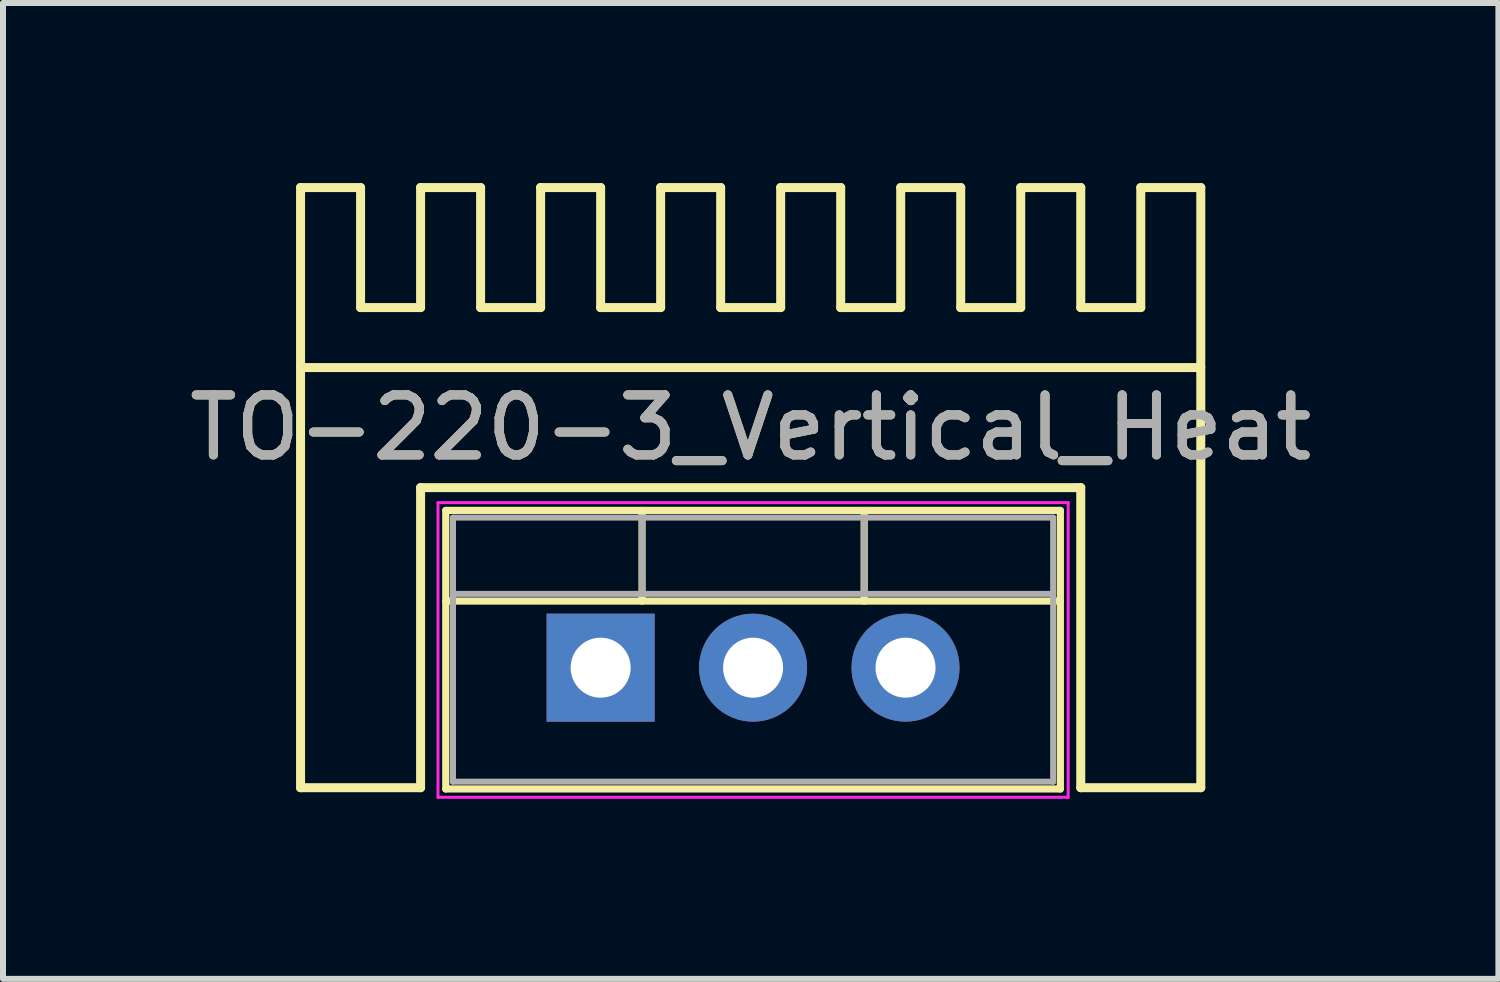
<source format=kicad_pcb>
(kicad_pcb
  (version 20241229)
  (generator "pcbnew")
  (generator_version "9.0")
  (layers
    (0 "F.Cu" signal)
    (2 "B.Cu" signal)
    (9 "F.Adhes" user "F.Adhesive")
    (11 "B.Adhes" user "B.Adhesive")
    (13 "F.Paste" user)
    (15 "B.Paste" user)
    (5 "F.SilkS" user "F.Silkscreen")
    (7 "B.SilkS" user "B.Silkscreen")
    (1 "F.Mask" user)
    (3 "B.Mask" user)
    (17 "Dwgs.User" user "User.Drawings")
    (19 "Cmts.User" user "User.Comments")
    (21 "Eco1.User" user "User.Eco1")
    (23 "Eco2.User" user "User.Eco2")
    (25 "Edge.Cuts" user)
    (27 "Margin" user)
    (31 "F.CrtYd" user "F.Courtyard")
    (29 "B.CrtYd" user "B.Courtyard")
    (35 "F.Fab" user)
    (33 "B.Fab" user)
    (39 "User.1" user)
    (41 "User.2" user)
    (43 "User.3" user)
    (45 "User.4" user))
  (footprint "TO-220-3_Vertical_Heat"
    (layer "F.Cu")
    (at 6.958 8.075)
    (property "Reference" "TO-220-3_Vertical_Heat" (at 2.5 -4 0) (layer "F.SilkS") (effects (font (size 1 1) (thickness 0.15))))
    (attr through_hole)
    (fp_line (start -5 -8) (end -4 -8) (stroke (width 0.15) (type solid)) (layer "F.SilkS"))
    (fp_line (start -5 -5) (end 10 -5) (stroke (width 0.15) (type solid)) (layer "F.SilkS"))
    (fp_line (start -5 2) (end -5 -8) (stroke (width 0.15) (type solid)) (layer "F.SilkS"))
    (fp_line (start -4 -8) (end -4 -6) (stroke (width 0.15) (type solid)) (layer "F.SilkS"))
    (fp_line (start -4 -6) (end -3 -6) (stroke (width 0.15) (type solid)) (layer "F.SilkS"))
    (fp_line (start -3 -8) (end -2 -8) (stroke (width 0.15) (type solid)) (layer "F.SilkS"))
    (fp_line (start -3 -6) (end -3 -8) (stroke (width 0.15) (type solid)) (layer "F.SilkS"))
    (fp_line (start -3 -3) (end -3 2) (stroke (width 0.15) (type solid)) (layer "F.SilkS"))
    (fp_line (start -3 -3) (end 8 -3) (stroke (width 0.15) (type solid)) (layer "F.SilkS"))
    (fp_line (start -3 2) (end -5 2) (stroke (width 0.15) (type solid)) (layer "F.SilkS"))
    (fp_line (start -2.58 -2.62) (end -2.58 2.021) (stroke (width 0.12) (type solid)) (layer "F.SilkS"))
    (fp_line (start -2.58 -2.62) (end 7.66 -2.62) (stroke (width 0.12) (type solid)) (layer "F.SilkS"))
    (fp_line (start -2.58 -1.11) (end 7.66 -1.11) (stroke (width 0.12) (type solid)) (layer "F.SilkS"))
    (fp_line (start -2.58 2.021) (end 7.66 2.021) (stroke (width 0.12) (type solid)) (layer "F.SilkS"))
    (fp_line (start -2 -8) (end -2 -6) (stroke (width 0.15) (type solid)) (layer "F.SilkS"))
    (fp_line (start -2 -6) (end -1 -6) (stroke (width 0.15) (type solid)) (layer "F.SilkS"))
    (fp_line (start -1 -8) (end 0 -8) (stroke (width 0.15) (type solid)) (layer "F.SilkS"))
    (fp_line (start -1 -6) (end -1 -8) (stroke (width 0.15) (type solid)) (layer "F.SilkS"))
    (fp_line (start 0 -8) (end 0 -6) (stroke (width 0.15) (type solid)) (layer "F.SilkS"))
    (fp_line (start 0 -6) (end 1 -6) (stroke (width 0.15) (type solid)) (layer "F.SilkS"))
    (fp_line (start 0.69 -2.62) (end 0.69 -1.11) (stroke (width 0.12) (type solid)) (layer "F.SilkS"))
    (fp_line (start 1 -8) (end 2 -8) (stroke (width 0.15) (type solid)) (layer "F.SilkS"))
    (fp_line (start 1 -6) (end 1 -8) (stroke (width 0.15) (type solid)) (layer "F.SilkS"))
    (fp_line (start 2 -8) (end 2 -6) (stroke (width 0.15) (type solid)) (layer "F.SilkS"))
    (fp_line (start 2 -6) (end 3 -6) (stroke (width 0.15) (type solid)) (layer "F.SilkS"))
    (fp_line (start 3 -8) (end 4 -8) (stroke (width 0.15) (type solid)) (layer "F.SilkS"))
    (fp_line (start 3 -6) (end 3 -8) (stroke (width 0.15) (type solid)) (layer "F.SilkS"))
    (fp_line (start 4 -8) (end 4 -6) (stroke (width 0.15) (type solid)) (layer "F.SilkS"))
    (fp_line (start 4 -6) (end 5 -6) (stroke (width 0.15) (type solid)) (layer "F.SilkS"))
    (fp_line (start 4.391 -2.62) (end 4.391 -1.11) (stroke (width 0.12) (type solid)) (layer "F.SilkS"))
    (fp_line (start 5 -8) (end 6 -8) (stroke (width 0.15) (type solid)) (layer "F.SilkS"))
    (fp_line (start 5 -6) (end 5 -8) (stroke (width 0.15) (type solid)) (layer "F.SilkS"))
    (fp_line (start 6 -8) (end 6 -6) (stroke (width 0.15) (type solid)) (layer "F.SilkS"))
    (fp_line (start 6 -6) (end 7 -6) (stroke (width 0.15) (type solid)) (layer "F.SilkS"))
    (fp_line (start 7 -8) (end 8 -8) (stroke (width 0.15) (type solid)) (layer "F.SilkS"))
    (fp_line (start 7 -6) (end 7 -8) (stroke (width 0.15) (type solid)) (layer "F.SilkS"))
    (fp_line (start 7.66 -2.62) (end 7.66 2.021) (stroke (width 0.12) (type solid)) (layer "F.SilkS"))
    (fp_line (start 8 -8) (end 8 -6) (stroke (width 0.15) (type solid)) (layer "F.SilkS"))
    (fp_line (start 8 -6) (end 9 -6) (stroke (width 0.15) (type solid)) (layer "F.SilkS"))
    (fp_line (start 8 2) (end 8 -3) (stroke (width 0.15) (type solid)) (layer "F.SilkS"))
    (fp_line (start 9 -8) (end 10 -8) (stroke (width 0.15) (type solid)) (layer "F.SilkS"))
    (fp_line (start 9 -6) (end 9 -8) (stroke (width 0.15) (type solid)) (layer "F.SilkS"))
    (fp_line (start 10 -8) (end 10 2) (stroke (width 0.15) (type solid)) (layer "F.SilkS"))
    (fp_line (start 10 2) (end 8 2) (stroke (width 0.15) (type solid)) (layer "F.SilkS"))
    (fp_line (start -2.71 -2.75) (end -2.71 2.16) (stroke (width 0.05) (type solid)) (layer "F.CrtYd"))
    (fp_line (start -2.71 2.16) (end 7.79 2.16) (stroke (width 0.05) (type solid)) (layer "F.CrtYd"))
    (fp_line (start 7.79 -2.75) (end -2.71 -2.75) (stroke (width 0.05) (type solid)) (layer "F.CrtYd"))
    (fp_line (start 7.79 2.16) (end 7.79 -2.75) (stroke (width 0.05) (type solid)) (layer "F.CrtYd"))
    (fp_line (start -2.46 -2.5) (end -2.46 1.9) (stroke (width 0.1) (type solid)) (layer "F.Fab"))
    (fp_line (start -2.46 -1.23) (end 7.54 -1.23) (stroke (width 0.1) (type solid)) (layer "F.Fab"))
    (fp_line (start -2.46 1.9) (end 7.54 1.9) (stroke (width 0.1) (type solid)) (layer "F.Fab"))
    (fp_line (start 0.69 -2.5) (end 0.69 -1.23) (stroke (width 0.1) (type solid)) (layer "F.Fab"))
    (fp_line (start 4.39 -2.5) (end 4.39 -1.23) (stroke (width 0.1) (type solid)) (layer "F.Fab"))
    (fp_line (start 7.54 -2.5) (end -2.46 -2.5) (stroke (width 0.1) (type solid)) (layer "F.Fab"))
    (fp_line (start 7.54 1.9) (end 7.54 -2.5) (stroke (width 0.1) (type solid)) (layer "F.Fab"))
    (fp_text user "${REFERENCE}" (at 2.5 -4 0) (layer "F.Fab") (effects (font (size 1 1) (thickness 0.15))))
    (pad "1" thru_hole rect (at 0 0) (size 1.8 1.8) (drill 1) (layers "*.Cu" "*.Mask"))
    (pad "2" thru_hole oval (at 2.54 0) (size 1.8 1.8) (drill 1) (layers "*.Cu" "*.Mask"))
    (pad "3" thru_hole oval (at 5.08 0) (size 1.8 1.8) (drill 1) (layers "*.Cu" "*.Mask")))
  (gr_rect
    (start -3 -3)
    (end 21.917 13.26)
    (stroke (width 0.1) (type default))
    (fill no)
    (layer "Edge.Cuts")))
</source>
